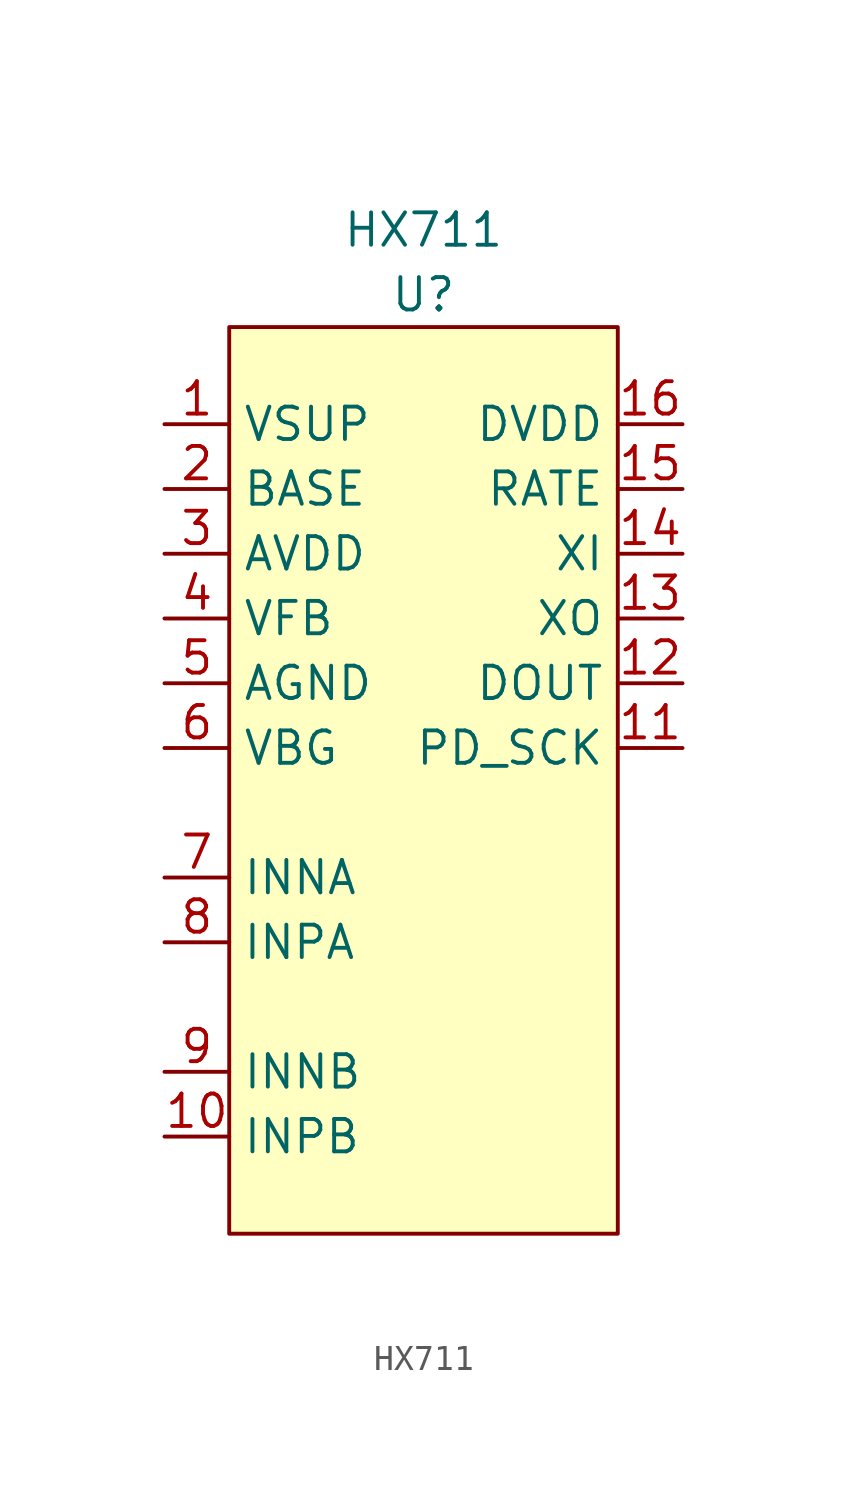
<source format=kicad_sym>
(kicad_symbol_lib
  (version 20211014)
  (generator kicad_symbol_editor)
  (symbol "HX711"
    (property "Reference" "U"
      (at 0 17.78 0)
      (effects (font (size 1.27 1.27))))
    (property "Value" "HX711"
      (at 0 20.32 0)
      (effects (font (size 1.27 1.27))))
    (symbol "HX711_0_1"
      (rectangle (start -7.62 16.51) (end 7.62 -19.05) (stroke (width 0) (type default) (color 0 0 0 0)) (fill (type background))))
    (symbol "HX711_1_1"
      (pin input line (at -10.16 12.7 0) (length 2.54) (name "VSUP" (effects (font (size 1.27 1.27)))) (number "1" (effects (font (size 1.27 1.27)))))
      (pin input line (at -10.16 -15.24 0) (length 2.54) (name "INPB" (effects (font (size 1.27 1.27)))) (number "10" (effects (font (size 1.27 1.27)))))
      (pin input line (at 10.16 0 180) (length 2.54) (name "PD_SCK" (effects (font (size 1.27 1.27)))) (number "11" (effects (font (size 1.27 1.27)))))
      (pin input line (at 10.16 2.54 180) (length 2.54) (name "DOUT" (effects (font (size 1.27 1.27)))) (number "12" (effects (font (size 1.27 1.27)))))
      (pin input line (at 10.16 5.08 180) (length 2.54) (name "XO" (effects (font (size 1.27 1.27)))) (number "13" (effects (font (size 1.27 1.27)))))
      (pin input line (at 10.16 7.62 180) (length 2.54) (name "XI" (effects (font (size 1.27 1.27)))) (number "14" (effects (font (size 1.27 1.27)))))
      (pin input line (at 10.16 10.16 180) (length 2.54) (name "RATE" (effects (font (size 1.27 1.27)))) (number "15" (effects (font (size 1.27 1.27)))))
      (pin input line (at 10.16 12.7 180) (length 2.54) (name "DVDD" (effects (font (size 1.27 1.27)))) (number "16" (effects (font (size 1.27 1.27)))))
      (pin input line (at -10.16 10.16 0) (length 2.54) (name "BASE" (effects (font (size 1.27 1.27)))) (number "2" (effects (font (size 1.27 1.27)))))
      (pin input line (at -10.16 7.62 0) (length 2.54) (name "AVDD" (effects (font (size 1.27 1.27)))) (number "3" (effects (font (size 1.27 1.27)))))
      (pin input line (at -10.16 5.08 0) (length 2.54) (name "VFB" (effects (font (size 1.27 1.27)))) (number "4" (effects (font (size 1.27 1.27)))))
      (pin input line (at -10.16 2.54 0) (length 2.54) (name "AGND" (effects (font (size 1.27 1.27)))) (number "5" (effects (font (size 1.27 1.27)))))
      (pin input line (at -10.16 0 0) (length 2.54) (name "VBG" (effects (font (size 1.27 1.27)))) (number "6" (effects (font (size 1.27 1.27)))))
      (pin input line (at -10.16 -5.08 0) (length 2.54) (name "INNA" (effects (font (size 1.27 1.27)))) (number "7" (effects (font (size 1.27 1.27)))))
      (pin input line (at -10.16 -7.62 0) (length 2.54) (name "INPA" (effects (font (size 1.27 1.27)))) (number "8" (effects (font (size 1.27 1.27)))))
      (pin input line (at -10.16 -12.7 0) (length 2.54) (name "INNB" (effects (font (size 1.27 1.27)))) (number "9" (effects (font (size 1.27 1.27))))))))
</source>
